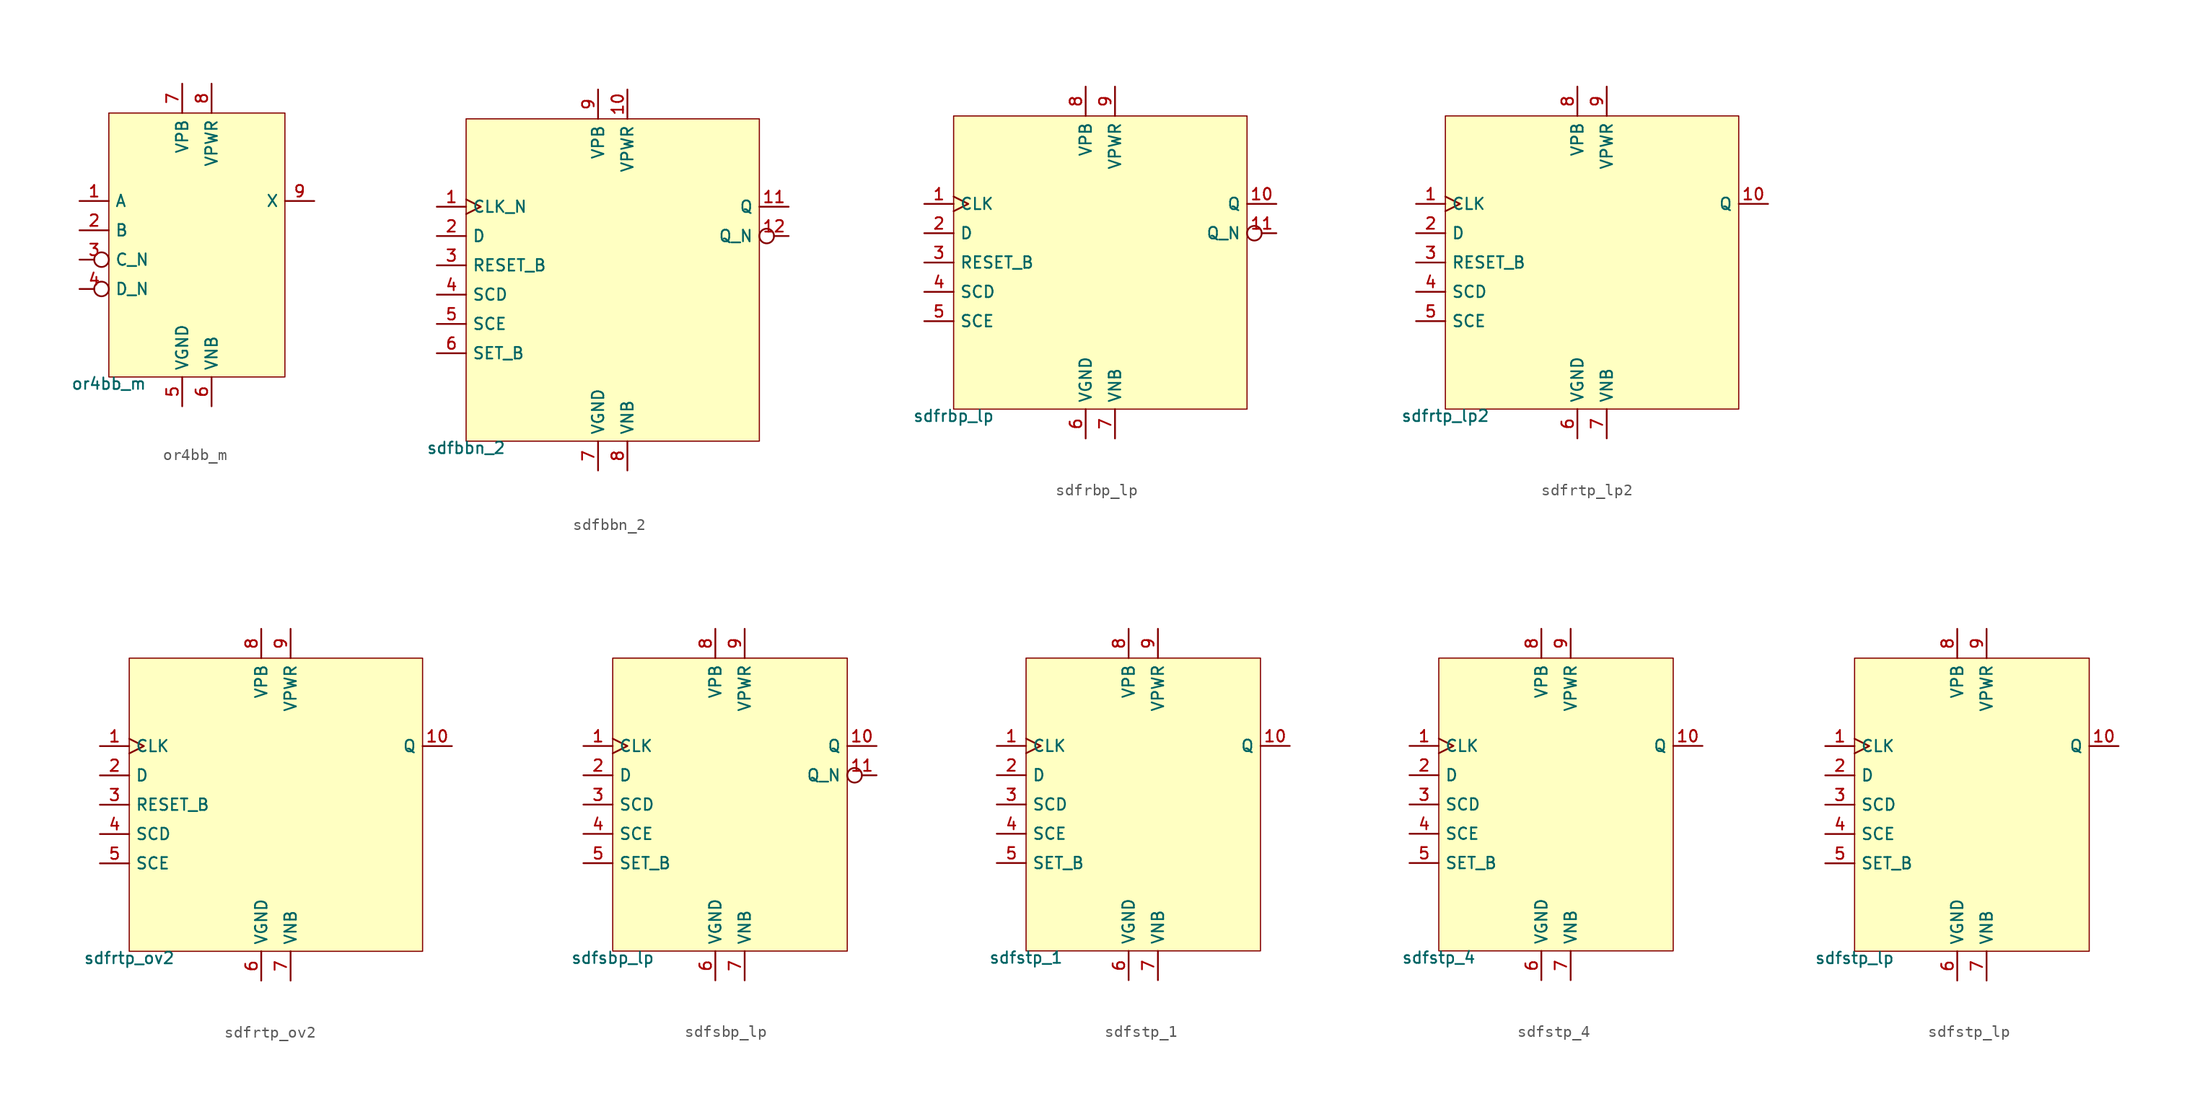
<source format=kicad_sym>
(kicad_symbol_lib
  (version 20211014)
  (generator pdk2kicad)
  (symbol "or4bb_m"
    (property "Reference" "X"
      (at 0 0 0)
      (effects (font (size 1 1)) hide))
    (property "Value" "or4bb_m"
      (at -7.62 -11.43 0)
      (effects (font (size 1 1)) (justify top)))
    (rectangle
      (start -7.62 -11.43)
      (end 7.62 11.43)
      (stroke (width 0.1) (type solid) (color 0 0 0 0))
      (fill (type background)))
    (pin input line
      (at -10.16 3.81 0)
      (length 2.54)
      (name "A" (effects (font (size 1 1)) hide))
      (number "1" (effects (font (size 1 1)) hide)))
    (pin input line
      (at -10.16 1.27 0)
      (length 2.54)
      (name "B" (effects (font (size 1 1)) hide))
      (number "2" (effects (font (size 1 1)) hide)))
    (pin input inverted
      (at -10.16 -1.27 0)
      (length 2.54)
      (name "C_N" (effects (font (size 1 1)) hide))
      (number "3" (effects (font (size 1 1)) hide)))
    (pin input inverted
      (at -10.16 -3.81 0)
      (length 2.54)
      (name "D_N" (effects (font (size 1 1)) hide))
      (number "4" (effects (font (size 1 1)) hide)))
    (pin power_in line
      (at -1.27 -13.97 90)
      (length 2.54)
      (name "VGND" (effects (font (size 1 1)) hide))
      (number "5" (effects (font (size 1 1)) hide)))
    (pin power_in line
      (at 1.27 -13.97 90)
      (length 2.54)
      (name "VNB" (effects (font (size 1 1)) hide))
      (number "6" (effects (font (size 1 1)) hide)))
    (pin power_in line
      (at -1.27 13.97 270)
      (length 2.54)
      (name "VPB" (effects (font (size 1 1)) hide))
      (number "7" (effects (font (size 1 1)) hide)))
    (pin power_in line
      (at 1.27 13.97 270)
      (length 2.54)
      (name "VPWR" (effects (font (size 1 1)) hide))
      (number "8" (effects (font (size 1 1)) hide)))
    (pin output line
      (at 10.16 3.81 180)
      (length 2.54)
      (name "X" (effects (font (size 1 1)) hide))
      (number "9" (effects (font (size 1 1)) hide))))
  (symbol "sdfbbn_2"
    (property "Reference" "X"
      (at 0 0 0)
      (effects (font (size 1 1)) hide))
    (property "Value" "sdfbbn_2"
      (at -12.7 -13.97 0)
      (effects (font (size 1 1)) (justify top)))
    (rectangle
      (start -12.7 -13.97)
      (end 12.7 13.97)
      (stroke (width 0.1) (type solid) (color 0 0 0 0))
      (fill (type background)))
    (pin input clock
      (at -15.24 6.35 0)
      (length 2.54)
      (name "CLK_N" (effects (font (size 1 1)) hide))
      (number "1" (effects (font (size 1 1)) hide)))
    (pin input line
      (at -15.24 3.81 0)
      (length 2.54)
      (name "D" (effects (font (size 1 1)) hide))
      (number "2" (effects (font (size 1 1)) hide)))
    (pin input line
      (at -15.24 1.27 0)
      (length 2.54)
      (name "RESET_B" (effects (font (size 1 1)) hide))
      (number "3" (effects (font (size 1 1)) hide)))
    (pin input line
      (at -15.24 -1.27 0)
      (length 2.54)
      (name "SCD" (effects (font (size 1 1)) hide))
      (number "4" (effects (font (size 1 1)) hide)))
    (pin input line
      (at -15.24 -3.81 0)
      (length 2.54)
      (name "SCE" (effects (font (size 1 1)) hide))
      (number "5" (effects (font (size 1 1)) hide)))
    (pin input line
      (at -15.24 -6.35 0)
      (length 2.54)
      (name "SET_B" (effects (font (size 1 1)) hide))
      (number "6" (effects (font (size 1 1)) hide)))
    (pin power_in line
      (at -1.27 -16.51 90)
      (length 2.54)
      (name "VGND" (effects (font (size 1 1)) hide))
      (number "7" (effects (font (size 1 1)) hide)))
    (pin power_in line
      (at 1.27 -16.51 90)
      (length 2.54)
      (name "VNB" (effects (font (size 1 1)) hide))
      (number "8" (effects (font (size 1 1)) hide)))
    (pin power_in line
      (at -1.27 16.51 270)
      (length 2.54)
      (name "VPB" (effects (font (size 1 1)) hide))
      (number "9" (effects (font (size 1 1)) hide)))
    (pin power_in line
      (at 1.27 16.51 270)
      (length 2.54)
      (name "VPWR" (effects (font (size 1 1)) hide))
      (number "10" (effects (font (size 1 1)) hide)))
    (pin output line
      (at 15.24 6.35 180)
      (length 2.54)
      (name "Q" (effects (font (size 1 1)) hide))
      (number "11" (effects (font (size 1 1)) hide)))
    (pin output inverted
      (at 15.24 3.81 180)
      (length 2.54)
      (name "Q_N" (effects (font (size 1 1)) hide))
      (number "12" (effects (font (size 1 1)) hide))))
  (symbol "sdfrbp_lp"
    (property "Reference" "X"
      (at 0 0 0)
      (effects (font (size 1 1)) hide))
    (property "Value" "sdfrbp_lp"
      (at -12.7 -12.7 0)
      (effects (font (size 1 1)) (justify top)))
    (rectangle
      (start -12.7 -12.7)
      (end 12.7 12.7)
      (stroke (width 0.1) (type solid) (color 0 0 0 0))
      (fill (type background)))
    (pin input clock
      (at -15.24 5.08 0)
      (length 2.54)
      (name "CLK" (effects (font (size 1 1)) hide))
      (number "1" (effects (font (size 1 1)) hide)))
    (pin input line
      (at -15.24 2.54 0)
      (length 2.54)
      (name "D" (effects (font (size 1 1)) hide))
      (number "2" (effects (font (size 1 1)) hide)))
    (pin input line
      (at -15.24 -8.881784197001252e-16 0)
      (length 2.54)
      (name "RESET_B" (effects (font (size 1 1)) hide))
      (number "3" (effects (font (size 1 1)) hide)))
    (pin input line
      (at -15.24 -2.54 0)
      (length 2.54)
      (name "SCD" (effects (font (size 1 1)) hide))
      (number "4" (effects (font (size 1 1)) hide)))
    (pin input line
      (at -15.24 -5.08 0)
      (length 2.54)
      (name "SCE" (effects (font (size 1 1)) hide))
      (number "5" (effects (font (size 1 1)) hide)))
    (pin power_in line
      (at -1.27 -15.24 90)
      (length 2.54)
      (name "VGND" (effects (font (size 1 1)) hide))
      (number "6" (effects (font (size 1 1)) hide)))
    (pin power_in line
      (at 1.27 -15.24 90)
      (length 2.54)
      (name "VNB" (effects (font (size 1 1)) hide))
      (number "7" (effects (font (size 1 1)) hide)))
    (pin power_in line
      (at -1.27 15.24 270)
      (length 2.54)
      (name "VPB" (effects (font (size 1 1)) hide))
      (number "8" (effects (font (size 1 1)) hide)))
    (pin power_in line
      (at 1.27 15.24 270)
      (length 2.54)
      (name "VPWR" (effects (font (size 1 1)) hide))
      (number "9" (effects (font (size 1 1)) hide)))
    (pin output line
      (at 15.24 5.08 180)
      (length 2.54)
      (name "Q" (effects (font (size 1 1)) hide))
      (number "10" (effects (font (size 1 1)) hide)))
    (pin output inverted
      (at 15.24 2.54 180)
      (length 2.54)
      (name "Q_N" (effects (font (size 1 1)) hide))
      (number "11" (effects (font (size 1 1)) hide))))
  (symbol "sdfrtp_lp2"
    (property "Reference" "X"
      (at 0 0 0)
      (effects (font (size 1 1)) hide))
    (property "Value" "sdfrtp_lp2"
      (at -12.7 -12.7 0)
      (effects (font (size 1 1)) (justify top)))
    (rectangle
      (start -12.7 -12.7)
      (end 12.7 12.7)
      (stroke (width 0.1) (type solid) (color 0 0 0 0))
      (fill (type background)))
    (pin input clock
      (at -15.24 5.08 0)
      (length 2.54)
      (name "CLK" (effects (font (size 1 1)) hide))
      (number "1" (effects (font (size 1 1)) hide)))
    (pin input line
      (at -15.24 2.54 0)
      (length 2.54)
      (name "D" (effects (font (size 1 1)) hide))
      (number "2" (effects (font (size 1 1)) hide)))
    (pin input line
      (at -15.24 -8.881784197001252e-16 0)
      (length 2.54)
      (name "RESET_B" (effects (font (size 1 1)) hide))
      (number "3" (effects (font (size 1 1)) hide)))
    (pin input line
      (at -15.24 -2.54 0)
      (length 2.54)
      (name "SCD" (effects (font (size 1 1)) hide))
      (number "4" (effects (font (size 1 1)) hide)))
    (pin input line
      (at -15.24 -5.08 0)
      (length 2.54)
      (name "SCE" (effects (font (size 1 1)) hide))
      (number "5" (effects (font (size 1 1)) hide)))
    (pin power_in line
      (at -1.27 -15.24 90)
      (length 2.54)
      (name "VGND" (effects (font (size 1 1)) hide))
      (number "6" (effects (font (size 1 1)) hide)))
    (pin power_in line
      (at 1.27 -15.24 90)
      (length 2.54)
      (name "VNB" (effects (font (size 1 1)) hide))
      (number "7" (effects (font (size 1 1)) hide)))
    (pin power_in line
      (at -1.27 15.24 270)
      (length 2.54)
      (name "VPB" (effects (font (size 1 1)) hide))
      (number "8" (effects (font (size 1 1)) hide)))
    (pin power_in line
      (at 1.27 15.24 270)
      (length 2.54)
      (name "VPWR" (effects (font (size 1 1)) hide))
      (number "9" (effects (font (size 1 1)) hide)))
    (pin output line
      (at 15.24 5.08 180)
      (length 2.54)
      (name "Q" (effects (font (size 1 1)) hide))
      (number "10" (effects (font (size 1 1)) hide))))
  (symbol "sdfrtp_ov2"
    (property "Reference" "X"
      (at 0 0 0)
      (effects (font (size 1 1)) hide))
    (property "Value" "sdfrtp_ov2"
      (at -12.7 -12.7 0)
      (effects (font (size 1 1)) (justify top)))
    (rectangle
      (start -12.7 -12.7)
      (end 12.7 12.7)
      (stroke (width 0.1) (type solid) (color 0 0 0 0))
      (fill (type background)))
    (pin input clock
      (at -15.24 5.08 0)
      (length 2.54)
      (name "CLK" (effects (font (size 1 1)) hide))
      (number "1" (effects (font (size 1 1)) hide)))
    (pin input line
      (at -15.24 2.54 0)
      (length 2.54)
      (name "D" (effects (font (size 1 1)) hide))
      (number "2" (effects (font (size 1 1)) hide)))
    (pin input line
      (at -15.24 -8.881784197001252e-16 0)
      (length 2.54)
      (name "RESET_B" (effects (font (size 1 1)) hide))
      (number "3" (effects (font (size 1 1)) hide)))
    (pin input line
      (at -15.24 -2.54 0)
      (length 2.54)
      (name "SCD" (effects (font (size 1 1)) hide))
      (number "4" (effects (font (size 1 1)) hide)))
    (pin input line
      (at -15.24 -5.08 0)
      (length 2.54)
      (name "SCE" (effects (font (size 1 1)) hide))
      (number "5" (effects (font (size 1 1)) hide)))
    (pin power_in line
      (at -1.27 -15.24 90)
      (length 2.54)
      (name "VGND" (effects (font (size 1 1)) hide))
      (number "6" (effects (font (size 1 1)) hide)))
    (pin power_in line
      (at 1.27 -15.24 90)
      (length 2.54)
      (name "VNB" (effects (font (size 1 1)) hide))
      (number "7" (effects (font (size 1 1)) hide)))
    (pin power_in line
      (at -1.27 15.24 270)
      (length 2.54)
      (name "VPB" (effects (font (size 1 1)) hide))
      (number "8" (effects (font (size 1 1)) hide)))
    (pin power_in line
      (at 1.27 15.24 270)
      (length 2.54)
      (name "VPWR" (effects (font (size 1 1)) hide))
      (number "9" (effects (font (size 1 1)) hide)))
    (pin output line
      (at 15.24 5.08 180)
      (length 2.54)
      (name "Q" (effects (font (size 1 1)) hide))
      (number "10" (effects (font (size 1 1)) hide))))
  (symbol "sdfsbp_lp"
    (property "Reference" "X"
      (at 0 0 0)
      (effects (font (size 1 1)) hide))
    (property "Value" "sdfsbp_lp"
      (at -10.16 -12.7 0)
      (effects (font (size 1 1)) (justify top)))
    (rectangle
      (start -10.16 -12.7)
      (end 10.16 12.7)
      (stroke (width 0.1) (type solid) (color 0 0 0 0))
      (fill (type background)))
    (pin input clock
      (at -12.7 5.08 0)
      (length 2.54)
      (name "CLK" (effects (font (size 1 1)) hide))
      (number "1" (effects (font (size 1 1)) hide)))
    (pin input line
      (at -12.7 2.54 0)
      (length 2.54)
      (name "D" (effects (font (size 1 1)) hide))
      (number "2" (effects (font (size 1 1)) hide)))
    (pin input line
      (at -12.7 -8.881784197001252e-16 0)
      (length 2.54)
      (name "SCD" (effects (font (size 1 1)) hide))
      (number "3" (effects (font (size 1 1)) hide)))
    (pin input line
      (at -12.7 -2.54 0)
      (length 2.54)
      (name "SCE" (effects (font (size 1 1)) hide))
      (number "4" (effects (font (size 1 1)) hide)))
    (pin input line
      (at -12.7 -5.08 0)
      (length 2.54)
      (name "SET_B" (effects (font (size 1 1)) hide))
      (number "5" (effects (font (size 1 1)) hide)))
    (pin power_in line
      (at -1.27 -15.24 90)
      (length 2.54)
      (name "VGND" (effects (font (size 1 1)) hide))
      (number "6" (effects (font (size 1 1)) hide)))
    (pin power_in line
      (at 1.27 -15.24 90)
      (length 2.54)
      (name "VNB" (effects (font (size 1 1)) hide))
      (number "7" (effects (font (size 1 1)) hide)))
    (pin power_in line
      (at -1.27 15.24 270)
      (length 2.54)
      (name "VPB" (effects (font (size 1 1)) hide))
      (number "8" (effects (font (size 1 1)) hide)))
    (pin power_in line
      (at 1.27 15.24 270)
      (length 2.54)
      (name "VPWR" (effects (font (size 1 1)) hide))
      (number "9" (effects (font (size 1 1)) hide)))
    (pin output line
      (at 12.7 5.08 180)
      (length 2.54)
      (name "Q" (effects (font (size 1 1)) hide))
      (number "10" (effects (font (size 1 1)) hide)))
    (pin output inverted
      (at 12.7 2.54 180)
      (length 2.54)
      (name "Q_N" (effects (font (size 1 1)) hide))
      (number "11" (effects (font (size 1 1)) hide))))
  (symbol "sdfstp_1"
    (property "Reference" "X"
      (at 0 0 0)
      (effects (font (size 1 1)) hide))
    (property "Value" "sdfstp_1"
      (at -10.16 -12.7 0)
      (effects (font (size 1 1)) (justify top)))
    (rectangle
      (start -10.16 -12.7)
      (end 10.16 12.7)
      (stroke (width 0.1) (type solid) (color 0 0 0 0))
      (fill (type background)))
    (pin input clock
      (at -12.7 5.08 0)
      (length 2.54)
      (name "CLK" (effects (font (size 1 1)) hide))
      (number "1" (effects (font (size 1 1)) hide)))
    (pin input line
      (at -12.7 2.54 0)
      (length 2.54)
      (name "D" (effects (font (size 1 1)) hide))
      (number "2" (effects (font (size 1 1)) hide)))
    (pin input line
      (at -12.7 -8.881784197001252e-16 0)
      (length 2.54)
      (name "SCD" (effects (font (size 1 1)) hide))
      (number "3" (effects (font (size 1 1)) hide)))
    (pin input line
      (at -12.7 -2.54 0)
      (length 2.54)
      (name "SCE" (effects (font (size 1 1)) hide))
      (number "4" (effects (font (size 1 1)) hide)))
    (pin input line
      (at -12.7 -5.08 0)
      (length 2.54)
      (name "SET_B" (effects (font (size 1 1)) hide))
      (number "5" (effects (font (size 1 1)) hide)))
    (pin power_in line
      (at -1.27 -15.24 90)
      (length 2.54)
      (name "VGND" (effects (font (size 1 1)) hide))
      (number "6" (effects (font (size 1 1)) hide)))
    (pin power_in line
      (at 1.27 -15.24 90)
      (length 2.54)
      (name "VNB" (effects (font (size 1 1)) hide))
      (number "7" (effects (font (size 1 1)) hide)))
    (pin power_in line
      (at -1.27 15.24 270)
      (length 2.54)
      (name "VPB" (effects (font (size 1 1)) hide))
      (number "8" (effects (font (size 1 1)) hide)))
    (pin power_in line
      (at 1.27 15.24 270)
      (length 2.54)
      (name "VPWR" (effects (font (size 1 1)) hide))
      (number "9" (effects (font (size 1 1)) hide)))
    (pin output line
      (at 12.7 5.08 180)
      (length 2.54)
      (name "Q" (effects (font (size 1 1)) hide))
      (number "10" (effects (font (size 1 1)) hide))))
  (symbol "sdfstp_4"
    (property "Reference" "X"
      (at 0 0 0)
      (effects (font (size 1 1)) hide))
    (property "Value" "sdfstp_4"
      (at -10.16 -12.7 0)
      (effects (font (size 1 1)) (justify top)))
    (rectangle
      (start -10.16 -12.7)
      (end 10.16 12.7)
      (stroke (width 0.1) (type solid) (color 0 0 0 0))
      (fill (type background)))
    (pin input clock
      (at -12.7 5.08 0)
      (length 2.54)
      (name "CLK" (effects (font (size 1 1)) hide))
      (number "1" (effects (font (size 1 1)) hide)))
    (pin input line
      (at -12.7 2.54 0)
      (length 2.54)
      (name "D" (effects (font (size 1 1)) hide))
      (number "2" (effects (font (size 1 1)) hide)))
    (pin input line
      (at -12.7 -8.881784197001252e-16 0)
      (length 2.54)
      (name "SCD" (effects (font (size 1 1)) hide))
      (number "3" (effects (font (size 1 1)) hide)))
    (pin input line
      (at -12.7 -2.54 0)
      (length 2.54)
      (name "SCE" (effects (font (size 1 1)) hide))
      (number "4" (effects (font (size 1 1)) hide)))
    (pin input line
      (at -12.7 -5.08 0)
      (length 2.54)
      (name "SET_B" (effects (font (size 1 1)) hide))
      (number "5" (effects (font (size 1 1)) hide)))
    (pin power_in line
      (at -1.27 -15.24 90)
      (length 2.54)
      (name "VGND" (effects (font (size 1 1)) hide))
      (number "6" (effects (font (size 1 1)) hide)))
    (pin power_in line
      (at 1.27 -15.24 90)
      (length 2.54)
      (name "VNB" (effects (font (size 1 1)) hide))
      (number "7" (effects (font (size 1 1)) hide)))
    (pin power_in line
      (at -1.27 15.24 270)
      (length 2.54)
      (name "VPB" (effects (font (size 1 1)) hide))
      (number "8" (effects (font (size 1 1)) hide)))
    (pin power_in line
      (at 1.27 15.24 270)
      (length 2.54)
      (name "VPWR" (effects (font (size 1 1)) hide))
      (number "9" (effects (font (size 1 1)) hide)))
    (pin output line
      (at 12.7 5.08 180)
      (length 2.54)
      (name "Q" (effects (font (size 1 1)) hide))
      (number "10" (effects (font (size 1 1)) hide))))
  (symbol "sdfstp_lp"
    (property "Reference" "X"
      (at 0 0 0)
      (effects (font (size 1 1)) hide))
    (property "Value" "sdfstp_lp"
      (at -10.16 -12.7 0)
      (effects (font (size 1 1)) (justify top)))
    (rectangle
      (start -10.16 -12.7)
      (end 10.16 12.7)
      (stroke (width 0.1) (type solid) (color 0 0 0 0))
      (fill (type background)))
    (pin input clock
      (at -12.7 5.08 0)
      (length 2.54)
      (name "CLK" (effects (font (size 1 1)) hide))
      (number "1" (effects (font (size 1 1)) hide)))
    (pin input line
      (at -12.7 2.54 0)
      (length 2.54)
      (name "D" (effects (font (size 1 1)) hide))
      (number "2" (effects (font (size 1 1)) hide)))
    (pin input line
      (at -12.7 -8.881784197001252e-16 0)
      (length 2.54)
      (name "SCD" (effects (font (size 1 1)) hide))
      (number "3" (effects (font (size 1 1)) hide)))
    (pin input line
      (at -12.7 -2.54 0)
      (length 2.54)
      (name "SCE" (effects (font (size 1 1)) hide))
      (number "4" (effects (font (size 1 1)) hide)))
    (pin input line
      (at -12.7 -5.08 0)
      (length 2.54)
      (name "SET_B" (effects (font (size 1 1)) hide))
      (number "5" (effects (font (size 1 1)) hide)))
    (pin power_in line
      (at -1.27 -15.24 90)
      (length 2.54)
      (name "VGND" (effects (font (size 1 1)) hide))
      (number "6" (effects (font (size 1 1)) hide)))
    (pin power_in line
      (at 1.27 -15.24 90)
      (length 2.54)
      (name "VNB" (effects (font (size 1 1)) hide))
      (number "7" (effects (font (size 1 1)) hide)))
    (pin power_in line
      (at -1.27 15.24 270)
      (length 2.54)
      (name "VPB" (effects (font (size 1 1)) hide))
      (number "8" (effects (font (size 1 1)) hide)))
    (pin power_in line
      (at 1.27 15.24 270)
      (length 2.54)
      (name "VPWR" (effects (font (size 1 1)) hide))
      (number "9" (effects (font (size 1 1)) hide)))
    (pin output line
      (at 12.7 5.08 180)
      (length 2.54)
      (name "Q" (effects (font (size 1 1)) hide))
      (number "10" (effects (font (size 1 1)) hide)))))
</source>
